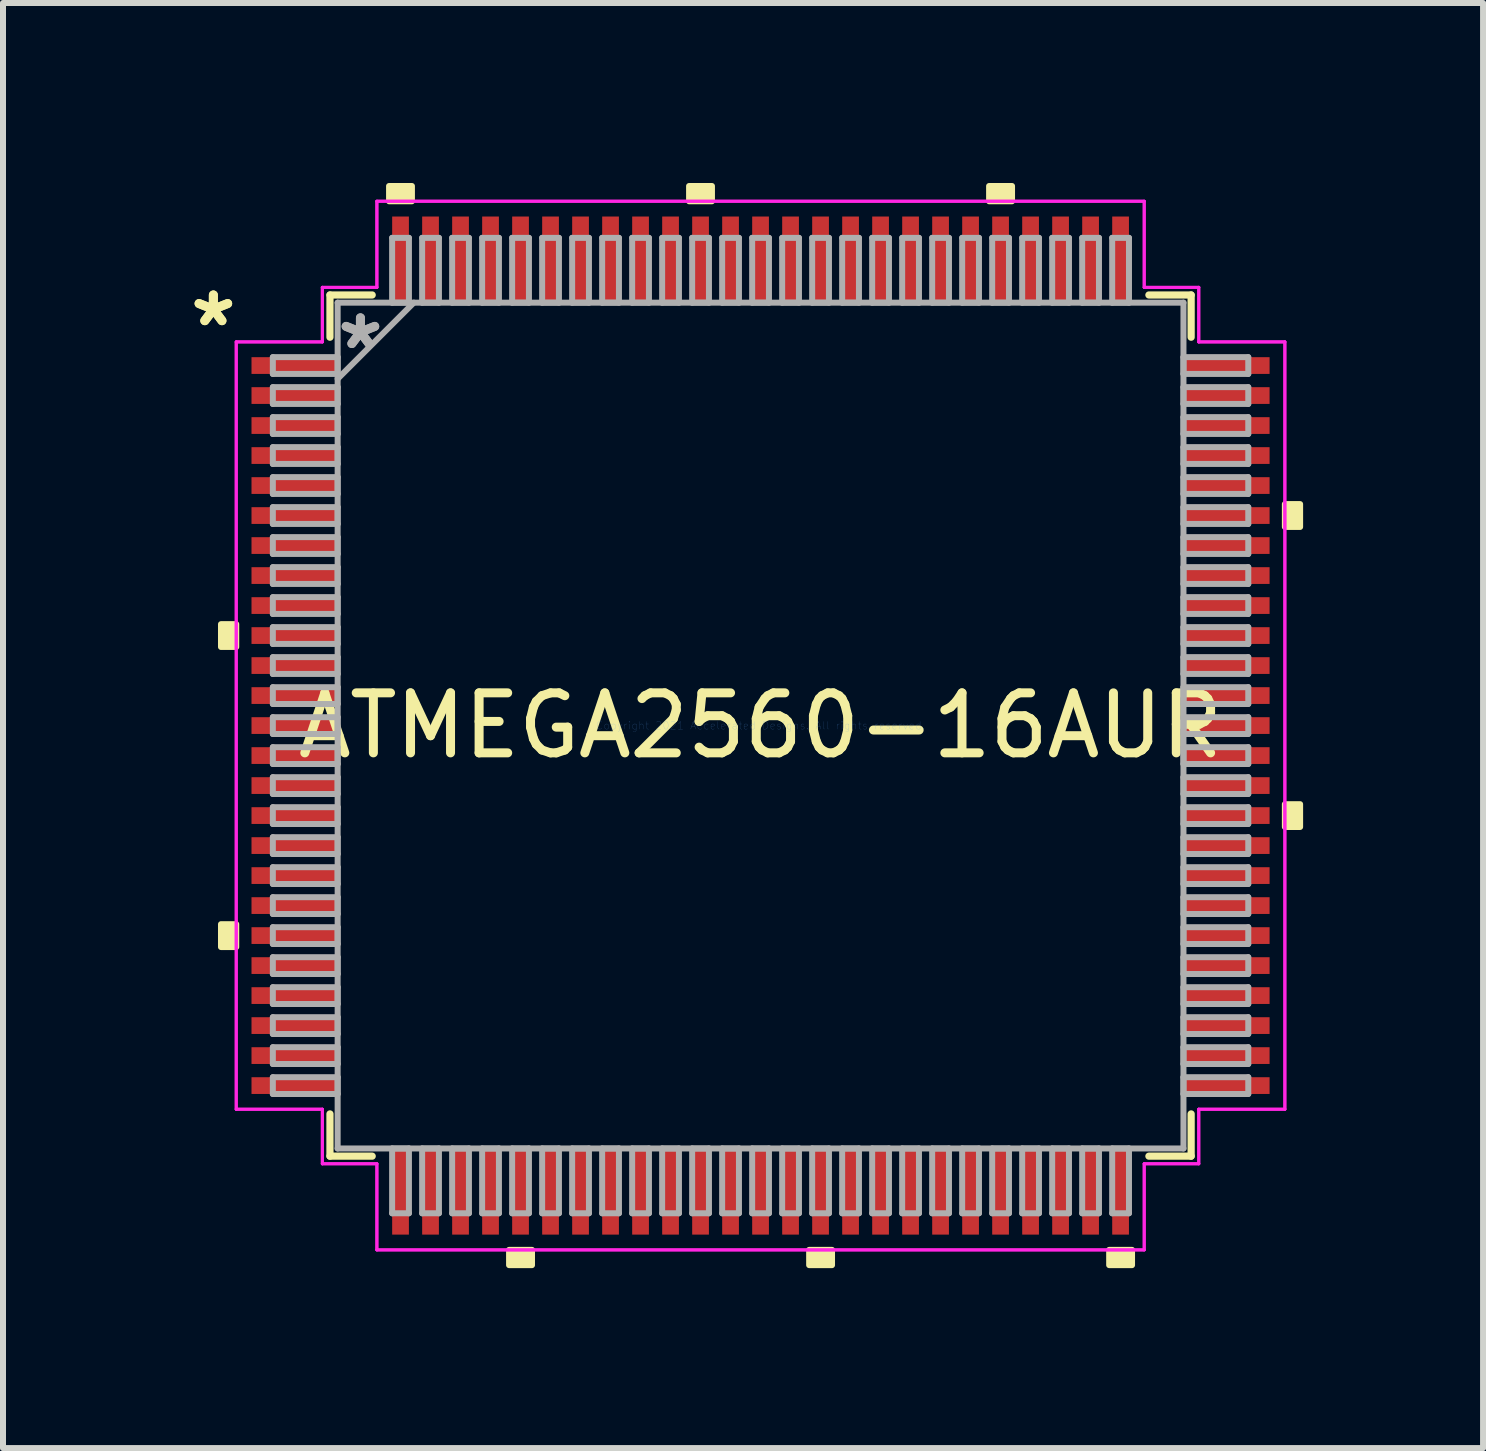
<source format=kicad_pcb>
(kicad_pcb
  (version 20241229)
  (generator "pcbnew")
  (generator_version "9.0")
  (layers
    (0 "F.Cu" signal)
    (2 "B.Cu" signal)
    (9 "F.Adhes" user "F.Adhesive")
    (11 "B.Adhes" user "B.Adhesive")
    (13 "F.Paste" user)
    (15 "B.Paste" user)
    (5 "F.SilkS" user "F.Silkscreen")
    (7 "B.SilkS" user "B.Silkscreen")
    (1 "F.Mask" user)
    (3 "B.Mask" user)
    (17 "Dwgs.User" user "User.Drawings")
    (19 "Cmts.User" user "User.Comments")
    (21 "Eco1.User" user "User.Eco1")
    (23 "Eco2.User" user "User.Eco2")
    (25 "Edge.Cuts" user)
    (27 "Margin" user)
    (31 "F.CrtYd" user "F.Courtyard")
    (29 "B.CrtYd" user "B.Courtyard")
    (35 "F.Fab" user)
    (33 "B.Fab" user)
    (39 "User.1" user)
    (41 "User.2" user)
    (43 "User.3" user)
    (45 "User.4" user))
  (footprint "ATMEGA2560-16AUR"
    (layer "F.Cu")
    (at 9.625 9.042)
    (property "Reference" "ATMEGA2560-16AUR" (at 0 0 0) (layer "F.SilkS") (effects (font (size 1 1) (thickness 0.15))))
    (attr through_hole)
    (fp_line (start -7.176 -7.176) (end -7.176 -6.472) (stroke (width 0.12) (type solid)) (layer "F.SilkS"))
    (fp_line (start -7.176 6.472) (end -7.176 7.176) (stroke (width 0.12) (type solid)) (layer "F.SilkS"))
    (fp_line (start -7.176 7.176) (end -6.472 7.176) (stroke (width 0.12) (type solid)) (layer "F.SilkS"))
    (fp_line (start -6.472 -7.176) (end -7.176 -7.176) (stroke (width 0.12) (type solid)) (layer "F.SilkS"))
    (fp_line (start 6.472 7.176) (end 7.176 7.176) (stroke (width 0.12) (type solid)) (layer "F.SilkS"))
    (fp_line (start 7.176 -7.176) (end 6.472 -7.176) (stroke (width 0.12) (type solid)) (layer "F.SilkS"))
    (fp_line (start 7.176 -6.472) (end 7.176 -7.176) (stroke (width 0.12) (type solid)) (layer "F.SilkS"))
    (fp_line (start 7.176 7.176) (end 7.176 6.472) (stroke (width 0.12) (type solid)) (layer "F.SilkS"))
    (fp_poly (pts (xy -8.992 -1.69) (xy -8.992 -1.31) (xy -8.738 -1.31) (xy -8.738 -1.69)) (stroke (width 0.1) (type solid)) (fill yes) (layer "F.SilkS"))
    (fp_poly (pts (xy -8.992 3.31) (xy -8.992 3.691) (xy -8.738 3.691) (xy -8.738 3.31)) (stroke (width 0.1) (type solid)) (fill yes) (layer "F.SilkS"))
    (fp_poly (pts (xy -6.191 -8.738) (xy -6.191 -8.992) (xy -5.81 -8.992) (xy -5.81 -8.738)) (stroke (width 0.1) (type solid)) (fill yes) (layer "F.SilkS"))
    (fp_poly (pts (xy -4.191 8.738) (xy -4.191 8.992) (xy -3.809 8.992) (xy -3.809 8.738)) (stroke (width 0.1) (type solid)) (fill yes) (layer "F.SilkS"))
    (fp_poly (pts (xy -1.191 -8.738) (xy -1.191 -8.992) (xy -0.81 -8.992) (xy -0.81 -8.738)) (stroke (width 0.1) (type solid)) (fill yes) (layer "F.SilkS"))
    (fp_poly (pts (xy 0.81 8.738) (xy 0.81 8.992) (xy 1.191 8.992) (xy 1.191 8.738)) (stroke (width 0.1) (type solid)) (fill yes) (layer "F.SilkS"))
    (fp_poly (pts (xy 3.809 -8.738) (xy 3.809 -8.992) (xy 4.191 -8.992) (xy 4.191 -8.738)) (stroke (width 0.1) (type solid)) (fill yes) (layer "F.SilkS"))
    (fp_poly (pts (xy 5.81 8.738) (xy 5.81 8.992) (xy 6.191 8.992) (xy 6.191 8.738)) (stroke (width 0.1) (type solid)) (fill yes) (layer "F.SilkS"))
    (fp_poly (pts (xy 8.992 -3.691) (xy 8.992 -3.31) (xy 8.738 -3.31) (xy 8.738 -3.691)) (stroke (width 0.1) (type solid)) (fill yes) (layer "F.SilkS"))
    (fp_poly (pts (xy 8.992 1.31) (xy 8.992 1.69) (xy 8.738 1.69) (xy 8.738 1.31)) (stroke (width 0.1) (type solid)) (fill yes) (layer "F.SilkS"))
    (fp_line (start -8.738 -6.394) (end -7.303 -6.394) (stroke (width 0.05) (type solid)) (layer "F.CrtYd"))
    (fp_line (start -8.738 -6.394) (end -7.303 -6.394) (stroke (width 0.05) (type solid)) (layer "F.CrtYd"))
    (fp_line (start -8.738 6.394) (end -8.738 -6.394) (stroke (width 0.05) (type solid)) (layer "F.CrtYd"))
    (fp_line (start -8.738 6.394) (end -8.738 -6.394) (stroke (width 0.05) (type solid)) (layer "F.CrtYd"))
    (fp_line (start -7.303 -7.303) (end -6.394 -7.303) (stroke (width 0.05) (type solid)) (layer "F.CrtYd"))
    (fp_line (start -7.303 -7.303) (end -6.394 -7.303) (stroke (width 0.05) (type solid)) (layer "F.CrtYd"))
    (fp_line (start -7.303 -6.394) (end -7.303 -7.303) (stroke (width 0.05) (type solid)) (layer "F.CrtYd"))
    (fp_line (start -7.303 -6.394) (end -7.303 -7.303) (stroke (width 0.05) (type solid)) (layer "F.CrtYd"))
    (fp_line (start -7.303 6.394) (end -8.738 6.394) (stroke (width 0.05) (type solid)) (layer "F.CrtYd"))
    (fp_line (start -7.303 6.394) (end -8.738 6.394) (stroke (width 0.05) (type solid)) (layer "F.CrtYd"))
    (fp_line (start -7.303 7.303) (end -7.303 6.394) (stroke (width 0.05) (type solid)) (layer "F.CrtYd"))
    (fp_line (start -7.303 7.303) (end -7.303 6.394) (stroke (width 0.05) (type solid)) (layer "F.CrtYd"))
    (fp_line (start -7.303 7.303) (end -6.394 7.303) (stroke (width 0.05) (type solid)) (layer "F.CrtYd"))
    (fp_line (start -6.394 -8.738) (end 6.394 -8.738) (stroke (width 0.05) (type solid)) (layer "F.CrtYd"))
    (fp_line (start -6.394 -8.738) (end 6.394 -8.738) (stroke (width 0.05) (type solid)) (layer "F.CrtYd"))
    (fp_line (start -6.394 -7.303) (end -6.394 -8.738) (stroke (width 0.05) (type solid)) (layer "F.CrtYd"))
    (fp_line (start -6.394 -7.303) (end -6.394 -8.738) (stroke (width 0.05) (type solid)) (layer "F.CrtYd"))
    (fp_line (start -6.394 7.303) (end -7.303 7.303) (stroke (width 0.05) (type solid)) (layer "F.CrtYd"))
    (fp_line (start -6.394 7.303) (end -6.394 8.738) (stroke (width 0.05) (type solid)) (layer "F.CrtYd"))
    (fp_line (start -6.394 8.738) (end -6.394 7.303) (stroke (width 0.05) (type solid)) (layer "F.CrtYd"))
    (fp_line (start -6.394 8.738) (end 6.394 8.738) (stroke (width 0.05) (type solid)) (layer "F.CrtYd"))
    (fp_line (start 6.394 -8.738) (end 6.394 -7.303) (stroke (width 0.05) (type solid)) (layer "F.CrtYd"))
    (fp_line (start 6.394 -8.738) (end 6.394 -7.303) (stroke (width 0.05) (type solid)) (layer "F.CrtYd"))
    (fp_line (start 6.394 -7.303) (end 7.303 -7.303) (stroke (width 0.05) (type solid)) (layer "F.CrtYd"))
    (fp_line (start 6.394 -7.303) (end 7.303 -7.303) (stroke (width 0.05) (type solid)) (layer "F.CrtYd"))
    (fp_line (start 6.394 7.303) (end 6.394 8.738) (stroke (width 0.05) (type solid)) (layer "F.CrtYd"))
    (fp_line (start 6.394 7.303) (end 7.303 7.303) (stroke (width 0.05) (type solid)) (layer "F.CrtYd"))
    (fp_line (start 6.394 8.738) (end -6.394 8.738) (stroke (width 0.05) (type solid)) (layer "F.CrtYd"))
    (fp_line (start 6.394 8.738) (end 6.394 7.303) (stroke (width 0.05) (type solid)) (layer "F.CrtYd"))
    (fp_line (start 7.303 -7.303) (end 7.303 -6.394) (stroke (width 0.05) (type solid)) (layer "F.CrtYd"))
    (fp_line (start 7.303 -6.394) (end 7.303 -7.303) (stroke (width 0.05) (type solid)) (layer "F.CrtYd"))
    (fp_line (start 7.303 -6.394) (end 8.738 -6.394) (stroke (width 0.05) (type solid)) (layer "F.CrtYd"))
    (fp_line (start 7.303 6.394) (end 7.303 7.303) (stroke (width 0.05) (type solid)) (layer "F.CrtYd"))
    (fp_line (start 7.303 6.394) (end 8.738 6.394) (stroke (width 0.05) (type solid)) (layer "F.CrtYd"))
    (fp_line (start 7.303 7.303) (end 6.394 7.303) (stroke (width 0.05) (type solid)) (layer "F.CrtYd"))
    (fp_line (start 7.303 7.303) (end 7.303 6.394) (stroke (width 0.05) (type solid)) (layer "F.CrtYd"))
    (fp_line (start 8.738 -6.394) (end 7.303 -6.394) (stroke (width 0.05) (type solid)) (layer "F.CrtYd"))
    (fp_line (start 8.738 -6.394) (end 8.738 6.394) (stroke (width 0.05) (type solid)) (layer "F.CrtYd"))
    (fp_line (start 8.738 6.394) (end 7.303 6.394) (stroke (width 0.05) (type solid)) (layer "F.CrtYd"))
    (fp_line (start 8.738 6.394) (end 8.738 -6.394) (stroke (width 0.05) (type solid)) (layer "F.CrtYd"))
    (fp_line (start -8.128 -6.14) (end -8.128 -5.86) (stroke (width 0.1) (type solid)) (layer "F.Fab"))
    (fp_line (start -8.128 -5.86) (end -7.048 -5.86) (stroke (width 0.1) (type solid)) (layer "F.Fab"))
    (fp_line (start -8.128 -5.64) (end -8.128 -5.36) (stroke (width 0.1) (type solid)) (layer "F.Fab"))
    (fp_line (start -8.128 -5.36) (end -7.048 -5.36) (stroke (width 0.1) (type solid)) (layer "F.Fab"))
    (fp_line (start -8.128 -5.14) (end -8.128 -4.86) (stroke (width 0.1) (type solid)) (layer "F.Fab"))
    (fp_line (start -8.128 -4.86) (end -7.048 -4.86) (stroke (width 0.1) (type solid)) (layer "F.Fab"))
    (fp_line (start -8.128 -4.64) (end -8.128 -4.36) (stroke (width 0.1) (type solid)) (layer "F.Fab"))
    (fp_line (start -8.128 -4.36) (end -7.048 -4.36) (stroke (width 0.1) (type solid)) (layer "F.Fab"))
    (fp_line (start -8.128 -4.14) (end -8.128 -3.86) (stroke (width 0.1) (type solid)) (layer "F.Fab"))
    (fp_line (start -8.128 -3.86) (end -7.048 -3.86) (stroke (width 0.1) (type solid)) (layer "F.Fab"))
    (fp_line (start -8.128 -3.64) (end -8.128 -3.36) (stroke (width 0.1) (type solid)) (layer "F.Fab"))
    (fp_line (start -8.128 -3.36) (end -7.048 -3.36) (stroke (width 0.1) (type solid)) (layer "F.Fab"))
    (fp_line (start -8.128 -3.14) (end -8.128 -2.86) (stroke (width 0.1) (type solid)) (layer "F.Fab"))
    (fp_line (start -8.128 -2.86) (end -7.048 -2.86) (stroke (width 0.1) (type solid)) (layer "F.Fab"))
    (fp_line (start -8.128 -2.64) (end -8.128 -2.36) (stroke (width 0.1) (type solid)) (layer "F.Fab"))
    (fp_line (start -8.128 -2.36) (end -7.048 -2.36) (stroke (width 0.1) (type solid)) (layer "F.Fab"))
    (fp_line (start -8.128 -2.14) (end -8.128 -1.86) (stroke (width 0.1) (type solid)) (layer "F.Fab"))
    (fp_line (start -8.128 -1.86) (end -7.048 -1.86) (stroke (width 0.1) (type solid)) (layer "F.Fab"))
    (fp_line (start -8.128 -1.64) (end -8.128 -1.36) (stroke (width 0.1) (type solid)) (layer "F.Fab"))
    (fp_line (start -8.128 -1.36) (end -7.048 -1.36) (stroke (width 0.1) (type solid)) (layer "F.Fab"))
    (fp_line (start -8.128 -1.14) (end -8.128 -0.86) (stroke (width 0.1) (type solid)) (layer "F.Fab"))
    (fp_line (start -8.128 -0.86) (end -7.048 -0.86) (stroke (width 0.1) (type solid)) (layer "F.Fab"))
    (fp_line (start -8.128 -0.64) (end -8.128 -0.36) (stroke (width 0.1) (type solid)) (layer "F.Fab"))
    (fp_line (start -8.128 -0.36) (end -7.048 -0.36) (stroke (width 0.1) (type solid)) (layer "F.Fab"))
    (fp_line (start -8.128 -0.14) (end -8.128 0.14) (stroke (width 0.1) (type solid)) (layer "F.Fab"))
    (fp_line (start -8.128 0.14) (end -7.048 0.14) (stroke (width 0.1) (type solid)) (layer "F.Fab"))
    (fp_line (start -8.128 0.36) (end -8.128 0.64) (stroke (width 0.1) (type solid)) (layer "F.Fab"))
    (fp_line (start -8.128 0.64) (end -7.048 0.64) (stroke (width 0.1) (type solid)) (layer "F.Fab"))
    (fp_line (start -8.128 0.86) (end -8.128 1.14) (stroke (width 0.1) (type solid)) (layer "F.Fab"))
    (fp_line (start -8.128 1.14) (end -7.048 1.14) (stroke (width 0.1) (type solid)) (layer "F.Fab"))
    (fp_line (start -8.128 1.36) (end -8.128 1.64) (stroke (width 0.1) (type solid)) (layer "F.Fab"))
    (fp_line (start -8.128 1.64) (end -7.048 1.64) (stroke (width 0.1) (type solid)) (layer "F.Fab"))
    (fp_line (start -8.128 1.86) (end -8.128 2.14) (stroke (width 0.1) (type solid)) (layer "F.Fab"))
    (fp_line (start -8.128 2.14) (end -7.048 2.14) (stroke (width 0.1) (type solid)) (layer "F.Fab"))
    (fp_line (start -8.128 2.36) (end -8.128 2.64) (stroke (width 0.1) (type solid)) (layer "F.Fab"))
    (fp_line (start -8.128 2.64) (end -7.048 2.64) (stroke (width 0.1) (type solid)) (layer "F.Fab"))
    (fp_line (start -8.128 2.86) (end -8.128 3.14) (stroke (width 0.1) (type solid)) (layer "F.Fab"))
    (fp_line (start -8.128 3.14) (end -7.048 3.14) (stroke (width 0.1) (type solid)) (layer "F.Fab"))
    (fp_line (start -8.128 3.36) (end -8.128 3.64) (stroke (width 0.1) (type solid)) (layer "F.Fab"))
    (fp_line (start -8.128 3.64) (end -7.048 3.64) (stroke (width 0.1) (type solid)) (layer "F.Fab"))
    (fp_line (start -8.128 3.86) (end -8.128 4.14) (stroke (width 0.1) (type solid)) (layer "F.Fab"))
    (fp_line (start -8.128 4.14) (end -7.048 4.14) (stroke (width 0.1) (type solid)) (layer "F.Fab"))
    (fp_line (start -8.128 4.36) (end -8.128 4.64) (stroke (width 0.1) (type solid)) (layer "F.Fab"))
    (fp_line (start -8.128 4.64) (end -7.048 4.64) (stroke (width 0.1) (type solid)) (layer "F.Fab"))
    (fp_line (start -8.128 4.86) (end -8.128 5.14) (stroke (width 0.1) (type solid)) (layer "F.Fab"))
    (fp_line (start -8.128 5.14) (end -7.048 5.14) (stroke (width 0.1) (type solid)) (layer "F.Fab"))
    (fp_line (start -8.128 5.36) (end -8.128 5.64) (stroke (width 0.1) (type solid)) (layer "F.Fab"))
    (fp_line (start -8.128 5.64) (end -7.048 5.64) (stroke (width 0.1) (type solid)) (layer "F.Fab"))
    (fp_line (start -8.128 5.86) (end -8.128 6.14) (stroke (width 0.1) (type solid)) (layer "F.Fab"))
    (fp_line (start -8.128 6.14) (end -7.048 6.14) (stroke (width 0.1) (type solid)) (layer "F.Fab"))
    (fp_line (start -7.048 -7.048) (end -7.048 7.048) (stroke (width 0.1) (type solid)) (layer "F.Fab"))
    (fp_line (start -7.048 -6.14) (end -8.128 -6.14) (stroke (width 0.1) (type solid)) (layer "F.Fab"))
    (fp_line (start -7.048 -5.86) (end -7.048 -6.14) (stroke (width 0.1) (type solid)) (layer "F.Fab"))
    (fp_line (start -7.048 -5.779) (end -5.779 -7.048) (stroke (width 0.1) (type solid)) (layer "F.Fab"))
    (fp_line (start -7.048 -5.64) (end -8.128 -5.64) (stroke (width 0.1) (type solid)) (layer "F.Fab"))
    (fp_line (start -7.048 -5.36) (end -7.048 -5.64) (stroke (width 0.1) (type solid)) (layer "F.Fab"))
    (fp_line (start -7.048 -5.14) (end -8.128 -5.14) (stroke (width 0.1) (type solid)) (layer "F.Fab"))
    (fp_line (start -7.048 -4.86) (end -7.048 -5.14) (stroke (width 0.1) (type solid)) (layer "F.Fab"))
    (fp_line (start -7.048 -4.64) (end -8.128 -4.64) (stroke (width 0.1) (type solid)) (layer "F.Fab"))
    (fp_line (start -7.048 -4.36) (end -7.048 -4.64) (stroke (width 0.1) (type solid)) (layer "F.Fab"))
    (fp_line (start -7.048 -4.14) (end -8.128 -4.14) (stroke (width 0.1) (type solid)) (layer "F.Fab"))
    (fp_line (start -7.048 -3.86) (end -7.048 -4.14) (stroke (width 0.1) (type solid)) (layer "F.Fab"))
    (fp_line (start -7.048 -3.64) (end -8.128 -3.64) (stroke (width 0.1) (type solid)) (layer "F.Fab"))
    (fp_line (start -7.048 -3.36) (end -7.048 -3.64) (stroke (width 0.1) (type solid)) (layer "F.Fab"))
    (fp_line (start -7.048 -3.14) (end -8.128 -3.14) (stroke (width 0.1) (type solid)) (layer "F.Fab"))
    (fp_line (start -7.048 -2.86) (end -7.048 -3.14) (stroke (width 0.1) (type solid)) (layer "F.Fab"))
    (fp_line (start -7.048 -2.64) (end -8.128 -2.64) (stroke (width 0.1) (type solid)) (layer "F.Fab"))
    (fp_line (start -7.048 -2.36) (end -7.048 -2.64) (stroke (width 0.1) (type solid)) (layer "F.Fab"))
    (fp_line (start -7.048 -2.14) (end -8.128 -2.14) (stroke (width 0.1) (type solid)) (layer "F.Fab"))
    (fp_line (start -7.048 -1.86) (end -7.048 -2.14) (stroke (width 0.1) (type solid)) (layer "F.Fab"))
    (fp_line (start -7.048 -1.64) (end -8.128 -1.64) (stroke (width 0.1) (type solid)) (layer "F.Fab"))
    (fp_line (start -7.048 -1.36) (end -7.048 -1.64) (stroke (width 0.1) (type solid)) (layer "F.Fab"))
    (fp_line (start -7.048 -1.14) (end -8.128 -1.14) (stroke (width 0.1) (type solid)) (layer "F.Fab"))
    (fp_line (start -7.048 -0.86) (end -7.048 -1.14) (stroke (width 0.1) (type solid)) (layer "F.Fab"))
    (fp_line (start -7.048 -0.64) (end -8.128 -0.64) (stroke (width 0.1) (type solid)) (layer "F.Fab"))
    (fp_line (start -7.048 -0.36) (end -7.048 -0.64) (stroke (width 0.1) (type solid)) (layer "F.Fab"))
    (fp_line (start -7.048 -0.14) (end -8.128 -0.14) (stroke (width 0.1) (type solid)) (layer "F.Fab"))
    (fp_line (start -7.048 0.14) (end -7.048 -0.14) (stroke (width 0.1) (type solid)) (layer "F.Fab"))
    (fp_line (start -7.048 0.36) (end -8.128 0.36) (stroke (width 0.1) (type solid)) (layer "F.Fab"))
    (fp_line (start -7.048 0.64) (end -7.048 0.36) (stroke (width 0.1) (type solid)) (layer "F.Fab"))
    (fp_line (start -7.048 0.86) (end -8.128 0.86) (stroke (width 0.1) (type solid)) (layer "F.Fab"))
    (fp_line (start -7.048 1.14) (end -7.048 0.86) (stroke (width 0.1) (type solid)) (layer "F.Fab"))
    (fp_line (start -7.048 1.36) (end -8.128 1.36) (stroke (width 0.1) (type solid)) (layer "F.Fab"))
    (fp_line (start -7.048 1.64) (end -7.048 1.36) (stroke (width 0.1) (type solid)) (layer "F.Fab"))
    (fp_line (start -7.048 1.86) (end -8.128 1.86) (stroke (width 0.1) (type solid)) (layer "F.Fab"))
    (fp_line (start -7.048 2.14) (end -7.048 1.86) (stroke (width 0.1) (type solid)) (layer "F.Fab"))
    (fp_line (start -7.048 2.36) (end -8.128 2.36) (stroke (width 0.1) (type solid)) (layer "F.Fab"))
    (fp_line (start -7.048 2.64) (end -7.048 2.36) (stroke (width 0.1) (type solid)) (layer "F.Fab"))
    (fp_line (start -7.048 2.86) (end -8.128 2.86) (stroke (width 0.1) (type solid)) (layer "F.Fab"))
    (fp_line (start -7.048 3.14) (end -7.048 2.86) (stroke (width 0.1) (type solid)) (layer "F.Fab"))
    (fp_line (start -7.048 3.36) (end -8.128 3.36) (stroke (width 0.1) (type solid)) (layer "F.Fab"))
    (fp_line (start -7.048 3.64) (end -7.048 3.36) (stroke (width 0.1) (type solid)) (layer "F.Fab"))
    (fp_line (start -7.048 3.86) (end -8.128 3.86) (stroke (width 0.1) (type solid)) (layer "F.Fab"))
    (fp_line (start -7.048 4.14) (end -7.048 3.86) (stroke (width 0.1) (type solid)) (layer "F.Fab"))
    (fp_line (start -7.048 4.36) (end -8.128 4.36) (stroke (width 0.1) (type solid)) (layer "F.Fab"))
    (fp_line (start -7.048 4.64) (end -7.048 4.36) (stroke (width 0.1) (type solid)) (layer "F.Fab"))
    (fp_line (start -7.048 4.86) (end -8.128 4.86) (stroke (width 0.1) (type solid)) (layer "F.Fab"))
    (fp_line (start -7.048 5.14) (end -7.048 4.86) (stroke (width 0.1) (type solid)) (layer "F.Fab"))
    (fp_line (start -7.048 5.36) (end -8.128 5.36) (stroke (width 0.1) (type solid)) (layer "F.Fab"))
    (fp_line (start -7.048 5.64) (end -7.048 5.36) (stroke (width 0.1) (type solid)) (layer "F.Fab"))
    (fp_line (start -7.048 5.86) (end -8.128 5.86) (stroke (width 0.1) (type solid)) (layer "F.Fab"))
    (fp_line (start -7.048 6.14) (end -7.048 5.86) (stroke (width 0.1) (type solid)) (layer "F.Fab"))
    (fp_line (start -7.048 7.048) (end 7.048 7.048) (stroke (width 0.1) (type solid)) (layer "F.Fab"))
    (fp_line (start -6.14 -8.128) (end -6.14 -7.048) (stroke (width 0.1) (type solid)) (layer "F.Fab"))
    (fp_line (start -6.14 -7.048) (end -5.86 -7.048) (stroke (width 0.1) (type solid)) (layer "F.Fab"))
    (fp_line (start -6.14 7.048) (end -6.14 8.128) (stroke (width 0.1) (type solid)) (layer "F.Fab"))
    (fp_line (start -6.14 8.128) (end -5.86 8.128) (stroke (width 0.1) (type solid)) (layer "F.Fab"))
    (fp_line (start -5.86 -8.128) (end -6.14 -8.128) (stroke (width 0.1) (type solid)) (layer "F.Fab"))
    (fp_line (start -5.86 -7.048) (end -5.86 -8.128) (stroke (width 0.1) (type solid)) (layer "F.Fab"))
    (fp_line (start -5.86 7.048) (end -6.14 7.048) (stroke (width 0.1) (type solid)) (layer "F.Fab"))
    (fp_line (start -5.86 8.128) (end -5.86 7.048) (stroke (width 0.1) (type solid)) (layer "F.Fab"))
    (fp_line (start -5.64 -8.128) (end -5.64 -7.048) (stroke (width 0.1) (type solid)) (layer "F.Fab"))
    (fp_line (start -5.64 -7.048) (end -5.36 -7.048) (stroke (width 0.1) (type solid)) (layer "F.Fab"))
    (fp_line (start -5.64 7.048) (end -5.64 8.128) (stroke (width 0.1) (type solid)) (layer "F.Fab"))
    (fp_line (start -5.64 8.128) (end -5.36 8.128) (stroke (width 0.1) (type solid)) (layer "F.Fab"))
    (fp_line (start -5.36 -8.128) (end -5.64 -8.128) (stroke (width 0.1) (type solid)) (layer "F.Fab"))
    (fp_line (start -5.36 -7.048) (end -5.36 -8.128) (stroke (width 0.1) (type solid)) (layer "F.Fab"))
    (fp_line (start -5.36 7.048) (end -5.64 7.048) (stroke (width 0.1) (type solid)) (layer "F.Fab"))
    (fp_line (start -5.36 8.128) (end -5.36 7.048) (stroke (width 0.1) (type solid)) (layer "F.Fab"))
    (fp_line (start -5.14 -8.128) (end -5.14 -7.048) (stroke (width 0.1) (type solid)) (layer "F.Fab"))
    (fp_line (start -5.14 -7.048) (end -4.86 -7.048) (stroke (width 0.1) (type solid)) (layer "F.Fab"))
    (fp_line (start -5.14 7.048) (end -5.14 8.128) (stroke (width 0.1) (type solid)) (layer "F.Fab"))
    (fp_line (start -5.14 8.128) (end -4.86 8.128) (stroke (width 0.1) (type solid)) (layer "F.Fab"))
    (fp_line (start -4.86 -8.128) (end -5.14 -8.128) (stroke (width 0.1) (type solid)) (layer "F.Fab"))
    (fp_line (start -4.86 -7.048) (end -4.86 -8.128) (stroke (width 0.1) (type solid)) (layer "F.Fab"))
    (fp_line (start -4.86 7.048) (end -5.14 7.048) (stroke (width 0.1) (type solid)) (layer "F.Fab"))
    (fp_line (start -4.86 8.128) (end -4.86 7.048) (stroke (width 0.1) (type solid)) (layer "F.Fab"))
    (fp_line (start -4.64 -8.128) (end -4.64 -7.048) (stroke (width 0.1) (type solid)) (layer "F.Fab"))
    (fp_line (start -4.64 -7.048) (end -4.36 -7.048) (stroke (width 0.1) (type solid)) (layer "F.Fab"))
    (fp_line (start -4.64 7.048) (end -4.64 8.128) (stroke (width 0.1) (type solid)) (layer "F.Fab"))
    (fp_line (start -4.64 8.128) (end -4.36 8.128) (stroke (width 0.1) (type solid)) (layer "F.Fab"))
    (fp_line (start -4.36 -8.128) (end -4.64 -8.128) (stroke (width 0.1) (type solid)) (layer "F.Fab"))
    (fp_line (start -4.36 -7.048) (end -4.36 -8.128) (stroke (width 0.1) (type solid)) (layer "F.Fab"))
    (fp_line (start -4.36 7.048) (end -4.64 7.048) (stroke (width 0.1) (type solid)) (layer "F.Fab"))
    (fp_line (start -4.36 8.128) (end -4.36 7.048) (stroke (width 0.1) (type solid)) (layer "F.Fab"))
    (fp_line (start -4.14 -8.128) (end -4.14 -7.048) (stroke (width 0.1) (type solid)) (layer "F.Fab"))
    (fp_line (start -4.14 -7.048) (end -3.86 -7.048) (stroke (width 0.1) (type solid)) (layer "F.Fab"))
    (fp_line (start -4.14 7.048) (end -4.14 8.128) (stroke (width 0.1) (type solid)) (layer "F.Fab"))
    (fp_line (start -4.14 8.128) (end -3.86 8.128) (stroke (width 0.1) (type solid)) (layer "F.Fab"))
    (fp_line (start -3.86 -8.128) (end -4.14 -8.128) (stroke (width 0.1) (type solid)) (layer "F.Fab"))
    (fp_line (start -3.86 -7.048) (end -3.86 -8.128) (stroke (width 0.1) (type solid)) (layer "F.Fab"))
    (fp_line (start -3.86 7.048) (end -4.14 7.048) (stroke (width 0.1) (type solid)) (layer "F.Fab"))
    (fp_line (start -3.86 8.128) (end -3.86 7.048) (stroke (width 0.1) (type solid)) (layer "F.Fab"))
    (fp_line (start -3.64 -8.128) (end -3.64 -7.048) (stroke (width 0.1) (type solid)) (layer "F.Fab"))
    (fp_line (start -3.64 -7.048) (end -3.36 -7.048) (stroke (width 0.1) (type solid)) (layer "F.Fab"))
    (fp_line (start -3.64 7.048) (end -3.64 8.128) (stroke (width 0.1) (type solid)) (layer "F.Fab"))
    (fp_line (start -3.64 8.128) (end -3.36 8.128) (stroke (width 0.1) (type solid)) (layer "F.Fab"))
    (fp_line (start -3.36 -8.128) (end -3.64 -8.128) (stroke (width 0.1) (type solid)) (layer "F.Fab"))
    (fp_line (start -3.36 -7.048) (end -3.36 -8.128) (stroke (width 0.1) (type solid)) (layer "F.Fab"))
    (fp_line (start -3.36 7.048) (end -3.64 7.048) (stroke (width 0.1) (type solid)) (layer "F.Fab"))
    (fp_line (start -3.36 8.128) (end -3.36 7.048) (stroke (width 0.1) (type solid)) (layer "F.Fab"))
    (fp_line (start -3.14 -8.128) (end -3.14 -7.048) (stroke (width 0.1) (type solid)) (layer "F.Fab"))
    (fp_line (start -3.14 -7.048) (end -2.86 -7.048) (stroke (width 0.1) (type solid)) (layer "F.Fab"))
    (fp_line (start -3.14 7.048) (end -3.14 8.128) (stroke (width 0.1) (type solid)) (layer "F.Fab"))
    (fp_line (start -3.14 8.128) (end -2.86 8.128) (stroke (width 0.1) (type solid)) (layer "F.Fab"))
    (fp_line (start -2.86 -8.128) (end -3.14 -8.128) (stroke (width 0.1) (type solid)) (layer "F.Fab"))
    (fp_line (start -2.86 -7.048) (end -2.86 -8.128) (stroke (width 0.1) (type solid)) (layer "F.Fab"))
    (fp_line (start -2.86 7.048) (end -3.14 7.048) (stroke (width 0.1) (type solid)) (layer "F.Fab"))
    (fp_line (start -2.86 8.128) (end -2.86 7.048) (stroke (width 0.1) (type solid)) (layer "F.Fab"))
    (fp_line (start -2.64 -8.128) (end -2.64 -7.048) (stroke (width 0.1) (type solid)) (layer "F.Fab"))
    (fp_line (start -2.64 -7.048) (end -2.36 -7.048) (stroke (width 0.1) (type solid)) (layer "F.Fab"))
    (fp_line (start -2.64 7.048) (end -2.64 8.128) (stroke (width 0.1) (type solid)) (layer "F.Fab"))
    (fp_line (start -2.64 8.128) (end -2.36 8.128) (stroke (width 0.1) (type solid)) (layer "F.Fab"))
    (fp_line (start -2.36 -8.128) (end -2.64 -8.128) (stroke (width 0.1) (type solid)) (layer "F.Fab"))
    (fp_line (start -2.36 -7.048) (end -2.36 -8.128) (stroke (width 0.1) (type solid)) (layer "F.Fab"))
    (fp_line (start -2.36 7.048) (end -2.64 7.048) (stroke (width 0.1) (type solid)) (layer "F.Fab"))
    (fp_line (start -2.36 8.128) (end -2.36 7.048) (stroke (width 0.1) (type solid)) (layer "F.Fab"))
    (fp_line (start -2.14 -8.128) (end -2.14 -7.048) (stroke (width 0.1) (type solid)) (layer "F.Fab"))
    (fp_line (start -2.14 -7.048) (end -1.86 -7.048) (stroke (width 0.1) (type solid)) (layer "F.Fab"))
    (fp_line (start -2.14 7.048) (end -2.14 8.128) (stroke (width 0.1) (type solid)) (layer "F.Fab"))
    (fp_line (start -2.14 8.128) (end -1.86 8.128) (stroke (width 0.1) (type solid)) (layer "F.Fab"))
    (fp_line (start -1.86 -8.128) (end -2.14 -8.128) (stroke (width 0.1) (type solid)) (layer "F.Fab"))
    (fp_line (start -1.86 -7.048) (end -1.86 -8.128) (stroke (width 0.1) (type solid)) (layer "F.Fab"))
    (fp_line (start -1.86 7.048) (end -2.14 7.048) (stroke (width 0.1) (type solid)) (layer "F.Fab"))
    (fp_line (start -1.86 8.128) (end -1.86 7.048) (stroke (width 0.1) (type solid)) (layer "F.Fab"))
    (fp_line (start -1.64 -8.128) (end -1.64 -7.048) (stroke (width 0.1) (type solid)) (layer "F.Fab"))
    (fp_line (start -1.64 -7.048) (end -1.36 -7.048) (stroke (width 0.1) (type solid)) (layer "F.Fab"))
    (fp_line (start -1.64 7.048) (end -1.64 8.128) (stroke (width 0.1) (type solid)) (layer "F.Fab"))
    (fp_line (start -1.64 8.128) (end -1.36 8.128) (stroke (width 0.1) (type solid)) (layer "F.Fab"))
    (fp_line (start -1.36 -8.128) (end -1.64 -8.128) (stroke (width 0.1) (type solid)) (layer "F.Fab"))
    (fp_line (start -1.36 -7.048) (end -1.36 -8.128) (stroke (width 0.1) (type solid)) (layer "F.Fab"))
    (fp_line (start -1.36 7.048) (end -1.64 7.048) (stroke (width 0.1) (type solid)) (layer "F.Fab"))
    (fp_line (start -1.36 8.128) (end -1.36 7.048) (stroke (width 0.1) (type solid)) (layer "F.Fab"))
    (fp_line (start -1.14 -8.128) (end -1.14 -7.048) (stroke (width 0.1) (type solid)) (layer "F.Fab"))
    (fp_line (start -1.14 -7.048) (end -0.86 -7.048) (stroke (width 0.1) (type solid)) (layer "F.Fab"))
    (fp_line (start -1.14 7.048) (end -1.14 8.128) (stroke (width 0.1) (type solid)) (layer "F.Fab"))
    (fp_line (start -1.14 8.128) (end -0.86 8.128) (stroke (width 0.1) (type solid)) (layer "F.Fab"))
    (fp_line (start -0.86 -8.128) (end -1.14 -8.128) (stroke (width 0.1) (type solid)) (layer "F.Fab"))
    (fp_line (start -0.86 -7.048) (end -0.86 -8.128) (stroke (width 0.1) (type solid)) (layer "F.Fab"))
    (fp_line (start -0.86 7.048) (end -1.14 7.048) (stroke (width 0.1) (type solid)) (layer "F.Fab"))
    (fp_line (start -0.86 8.128) (end -0.86 7.048) (stroke (width 0.1) (type solid)) (layer "F.Fab"))
    (fp_line (start -0.64 -8.128) (end -0.64 -7.048) (stroke (width 0.1) (type solid)) (layer "F.Fab"))
    (fp_line (start -0.64 -7.048) (end -0.36 -7.048) (stroke (width 0.1) (type solid)) (layer "F.Fab"))
    (fp_line (start -0.64 7.048) (end -0.64 8.128) (stroke (width 0.1) (type solid)) (layer "F.Fab"))
    (fp_line (start -0.64 8.128) (end -0.36 8.128) (stroke (width 0.1) (type solid)) (layer "F.Fab"))
    (fp_line (start -0.36 -8.128) (end -0.64 -8.128) (stroke (width 0.1) (type solid)) (layer "F.Fab"))
    (fp_line (start -0.36 -7.048) (end -0.36 -8.128) (stroke (width 0.1) (type solid)) (layer "F.Fab"))
    (fp_line (start -0.36 7.048) (end -0.64 7.048) (stroke (width 0.1) (type solid)) (layer "F.Fab"))
    (fp_line (start -0.36 8.128) (end -0.36 7.048) (stroke (width 0.1) (type solid)) (layer "F.Fab"))
    (fp_line (start -0.14 -8.128) (end -0.14 -7.048) (stroke (width 0.1) (type solid)) (layer "F.Fab"))
    (fp_line (start -0.14 -7.048) (end 0.14 -7.048) (stroke (width 0.1) (type solid)) (layer "F.Fab"))
    (fp_line (start -0.14 7.048) (end -0.14 8.128) (stroke (width 0.1) (type solid)) (layer "F.Fab"))
    (fp_line (start -0.14 8.128) (end 0.14 8.128) (stroke (width 0.1) (type solid)) (layer "F.Fab"))
    (fp_line (start 0.14 -8.128) (end -0.14 -8.128) (stroke (width 0.1) (type solid)) (layer "F.Fab"))
    (fp_line (start 0.14 -7.048) (end 0.14 -8.128) (stroke (width 0.1) (type solid)) (layer "F.Fab"))
    (fp_line (start 0.14 7.048) (end -0.14 7.048) (stroke (width 0.1) (type solid)) (layer "F.Fab"))
    (fp_line (start 0.14 8.128) (end 0.14 7.048) (stroke (width 0.1) (type solid)) (layer "F.Fab"))
    (fp_line (start 0.36 -8.128) (end 0.36 -7.048) (stroke (width 0.1) (type solid)) (layer "F.Fab"))
    (fp_line (start 0.36 -7.048) (end 0.64 -7.048) (stroke (width 0.1) (type solid)) (layer "F.Fab"))
    (fp_line (start 0.36 7.048) (end 0.36 8.128) (stroke (width 0.1) (type solid)) (layer "F.Fab"))
    (fp_line (start 0.36 8.128) (end 0.64 8.128) (stroke (width 0.1) (type solid)) (layer "F.Fab"))
    (fp_line (start 0.64 -8.128) (end 0.36 -8.128) (stroke (width 0.1) (type solid)) (layer "F.Fab"))
    (fp_line (start 0.64 -7.048) (end 0.64 -8.128) (stroke (width 0.1) (type solid)) (layer "F.Fab"))
    (fp_line (start 0.64 7.048) (end 0.36 7.048) (stroke (width 0.1) (type solid)) (layer "F.Fab"))
    (fp_line (start 0.64 8.128) (end 0.64 7.048) (stroke (width 0.1) (type solid)) (layer "F.Fab"))
    (fp_line (start 0.86 -8.128) (end 0.86 -7.048) (stroke (width 0.1) (type solid)) (layer "F.Fab"))
    (fp_line (start 0.86 -7.048) (end 1.14 -7.048) (stroke (width 0.1) (type solid)) (layer "F.Fab"))
    (fp_line (start 0.86 7.048) (end 0.86 8.128) (stroke (width 0.1) (type solid)) (layer "F.Fab"))
    (fp_line (start 0.86 8.128) (end 1.14 8.128) (stroke (width 0.1) (type solid)) (layer "F.Fab"))
    (fp_line (start 1.14 -8.128) (end 0.86 -8.128) (stroke (width 0.1) (type solid)) (layer "F.Fab"))
    (fp_line (start 1.14 -7.048) (end 1.14 -8.128) (stroke (width 0.1) (type solid)) (layer "F.Fab"))
    (fp_line (start 1.14 7.048) (end 0.86 7.048) (stroke (width 0.1) (type solid)) (layer "F.Fab"))
    (fp_line (start 1.14 8.128) (end 1.14 7.048) (stroke (width 0.1) (type solid)) (layer "F.Fab"))
    (fp_line (start 1.36 -8.128) (end 1.36 -7.048) (stroke (width 0.1) (type solid)) (layer "F.Fab"))
    (fp_line (start 1.36 -7.048) (end 1.64 -7.048) (stroke (width 0.1) (type solid)) (layer "F.Fab"))
    (fp_line (start 1.36 7.048) (end 1.36 8.128) (stroke (width 0.1) (type solid)) (layer "F.Fab"))
    (fp_line (start 1.36 8.128) (end 1.64 8.128) (stroke (width 0.1) (type solid)) (layer "F.Fab"))
    (fp_line (start 1.64 -8.128) (end 1.36 -8.128) (stroke (width 0.1) (type solid)) (layer "F.Fab"))
    (fp_line (start 1.64 -7.048) (end 1.64 -8.128) (stroke (width 0.1) (type solid)) (layer "F.Fab"))
    (fp_line (start 1.64 7.048) (end 1.36 7.048) (stroke (width 0.1) (type solid)) (layer "F.Fab"))
    (fp_line (start 1.64 8.128) (end 1.64 7.048) (stroke (width 0.1) (type solid)) (layer "F.Fab"))
    (fp_line (start 1.86 -8.128) (end 1.86 -7.048) (stroke (width 0.1) (type solid)) (layer "F.Fab"))
    (fp_line (start 1.86 -7.048) (end 2.14 -7.048) (stroke (width 0.1) (type solid)) (layer "F.Fab"))
    (fp_line (start 1.86 7.048) (end 1.86 8.128) (stroke (width 0.1) (type solid)) (layer "F.Fab"))
    (fp_line (start 1.86 8.128) (end 2.14 8.128) (stroke (width 0.1) (type solid)) (layer "F.Fab"))
    (fp_line (start 2.14 -8.128) (end 1.86 -8.128) (stroke (width 0.1) (type solid)) (layer "F.Fab"))
    (fp_line (start 2.14 -7.048) (end 2.14 -8.128) (stroke (width 0.1) (type solid)) (layer "F.Fab"))
    (fp_line (start 2.14 7.048) (end 1.86 7.048) (stroke (width 0.1) (type solid)) (layer "F.Fab"))
    (fp_line (start 2.14 8.128) (end 2.14 7.048) (stroke (width 0.1) (type solid)) (layer "F.Fab"))
    (fp_line (start 2.36 -8.128) (end 2.36 -7.048) (stroke (width 0.1) (type solid)) (layer "F.Fab"))
    (fp_line (start 2.36 -7.048) (end 2.64 -7.048) (stroke (width 0.1) (type solid)) (layer "F.Fab"))
    (fp_line (start 2.36 7.048) (end 2.36 8.128) (stroke (width 0.1) (type solid)) (layer "F.Fab"))
    (fp_line (start 2.36 8.128) (end 2.64 8.128) (stroke (width 0.1) (type solid)) (layer "F.Fab"))
    (fp_line (start 2.64 -8.128) (end 2.36 -8.128) (stroke (width 0.1) (type solid)) (layer "F.Fab"))
    (fp_line (start 2.64 -7.048) (end 2.64 -8.128) (stroke (width 0.1) (type solid)) (layer "F.Fab"))
    (fp_line (start 2.64 7.048) (end 2.36 7.048) (stroke (width 0.1) (type solid)) (layer "F.Fab"))
    (fp_line (start 2.64 8.128) (end 2.64 7.048) (stroke (width 0.1) (type solid)) (layer "F.Fab"))
    (fp_line (start 2.86 -8.128) (end 2.86 -7.048) (stroke (width 0.1) (type solid)) (layer "F.Fab"))
    (fp_line (start 2.86 -7.048) (end 3.14 -7.048) (stroke (width 0.1) (type solid)) (layer "F.Fab"))
    (fp_line (start 2.86 7.048) (end 2.86 8.128) (stroke (width 0.1) (type solid)) (layer "F.Fab"))
    (fp_line (start 2.86 8.128) (end 3.14 8.128) (stroke (width 0.1) (type solid)) (layer "F.Fab"))
    (fp_line (start 3.14 -8.128) (end 2.86 -8.128) (stroke (width 0.1) (type solid)) (layer "F.Fab"))
    (fp_line (start 3.14 -7.048) (end 3.14 -8.128) (stroke (width 0.1) (type solid)) (layer "F.Fab"))
    (fp_line (start 3.14 7.048) (end 2.86 7.048) (stroke (width 0.1) (type solid)) (layer "F.Fab"))
    (fp_line (start 3.14 8.128) (end 3.14 7.048) (stroke (width 0.1) (type solid)) (layer "F.Fab"))
    (fp_line (start 3.36 -8.128) (end 3.36 -7.048) (stroke (width 0.1) (type solid)) (layer "F.Fab"))
    (fp_line (start 3.36 -7.048) (end 3.64 -7.048) (stroke (width 0.1) (type solid)) (layer "F.Fab"))
    (fp_line (start 3.36 7.048) (end 3.36 8.128) (stroke (width 0.1) (type solid)) (layer "F.Fab"))
    (fp_line (start 3.36 8.128) (end 3.64 8.128) (stroke (width 0.1) (type solid)) (layer "F.Fab"))
    (fp_line (start 3.64 -8.128) (end 3.36 -8.128) (stroke (width 0.1) (type solid)) (layer "F.Fab"))
    (fp_line (start 3.64 -7.048) (end 3.64 -8.128) (stroke (width 0.1) (type solid)) (layer "F.Fab"))
    (fp_line (start 3.64 7.048) (end 3.36 7.048) (stroke (width 0.1) (type solid)) (layer "F.Fab"))
    (fp_line (start 3.64 8.128) (end 3.64 7.048) (stroke (width 0.1) (type solid)) (layer "F.Fab"))
    (fp_line (start 3.86 -8.128) (end 3.86 -7.048) (stroke (width 0.1) (type solid)) (layer "F.Fab"))
    (fp_line (start 3.86 -7.048) (end 4.14 -7.048) (stroke (width 0.1) (type solid)) (layer "F.Fab"))
    (fp_line (start 3.86 7.048) (end 3.86 8.128) (stroke (width 0.1) (type solid)) (layer "F.Fab"))
    (fp_line (start 3.86 8.128) (end 4.14 8.128) (stroke (width 0.1) (type solid)) (layer "F.Fab"))
    (fp_line (start 4.14 -8.128) (end 3.86 -8.128) (stroke (width 0.1) (type solid)) (layer "F.Fab"))
    (fp_line (start 4.14 -7.048) (end 4.14 -8.128) (stroke (width 0.1) (type solid)) (layer "F.Fab"))
    (fp_line (start 4.14 7.048) (end 3.86 7.048) (stroke (width 0.1) (type solid)) (layer "F.Fab"))
    (fp_line (start 4.14 8.128) (end 4.14 7.048) (stroke (width 0.1) (type solid)) (layer "F.Fab"))
    (fp_line (start 4.36 -8.128) (end 4.36 -7.048) (stroke (width 0.1) (type solid)) (layer "F.Fab"))
    (fp_line (start 4.36 -7.048) (end 4.64 -7.048) (stroke (width 0.1) (type solid)) (layer "F.Fab"))
    (fp_line (start 4.36 7.048) (end 4.36 8.128) (stroke (width 0.1) (type solid)) (layer "F.Fab"))
    (fp_line (start 4.36 8.128) (end 4.64 8.128) (stroke (width 0.1) (type solid)) (layer "F.Fab"))
    (fp_line (start 4.64 -8.128) (end 4.36 -8.128) (stroke (width 0.1) (type solid)) (layer "F.Fab"))
    (fp_line (start 4.64 -7.048) (end 4.64 -8.128) (stroke (width 0.1) (type solid)) (layer "F.Fab"))
    (fp_line (start 4.64 7.048) (end 4.36 7.048) (stroke (width 0.1) (type solid)) (layer "F.Fab"))
    (fp_line (start 4.64 8.128) (end 4.64 7.048) (stroke (width 0.1) (type solid)) (layer "F.Fab"))
    (fp_line (start 4.86 -8.128) (end 4.86 -7.048) (stroke (width 0.1) (type solid)) (layer "F.Fab"))
    (fp_line (start 4.86 -7.048) (end 5.14 -7.048) (stroke (width 0.1) (type solid)) (layer "F.Fab"))
    (fp_line (start 4.86 7.048) (end 4.86 8.128) (stroke (width 0.1) (type solid)) (layer "F.Fab"))
    (fp_line (start 4.86 8.128) (end 5.14 8.128) (stroke (width 0.1) (type solid)) (layer "F.Fab"))
    (fp_line (start 5.14 -8.128) (end 4.86 -8.128) (stroke (width 0.1) (type solid)) (layer "F.Fab"))
    (fp_line (start 5.14 -7.048) (end 5.14 -8.128) (stroke (width 0.1) (type solid)) (layer "F.Fab"))
    (fp_line (start 5.14 7.048) (end 4.86 7.048) (stroke (width 0.1) (type solid)) (layer "F.Fab"))
    (fp_line (start 5.14 8.128) (end 5.14 7.048) (stroke (width 0.1) (type solid)) (layer "F.Fab"))
    (fp_line (start 5.36 -8.128) (end 5.36 -7.048) (stroke (width 0.1) (type solid)) (layer "F.Fab"))
    (fp_line (start 5.36 -7.048) (end 5.64 -7.048) (stroke (width 0.1) (type solid)) (layer "F.Fab"))
    (fp_line (start 5.36 7.048) (end 5.36 8.128) (stroke (width 0.1) (type solid)) (layer "F.Fab"))
    (fp_line (start 5.36 8.128) (end 5.64 8.128) (stroke (width 0.1) (type solid)) (layer "F.Fab"))
    (fp_line (start 5.64 -8.128) (end 5.36 -8.128) (stroke (width 0.1) (type solid)) (layer "F.Fab"))
    (fp_line (start 5.64 -7.048) (end 5.64 -8.128) (stroke (width 0.1) (type solid)) (layer "F.Fab"))
    (fp_line (start 5.64 7.048) (end 5.36 7.048) (stroke (width 0.1) (type solid)) (layer "F.Fab"))
    (fp_line (start 5.64 8.128) (end 5.64 7.048) (stroke (width 0.1) (type solid)) (layer "F.Fab"))
    (fp_line (start 5.86 -8.128) (end 5.86 -7.048) (stroke (width 0.1) (type solid)) (layer "F.Fab"))
    (fp_line (start 5.86 -7.048) (end 6.14 -7.048) (stroke (width 0.1) (type solid)) (layer "F.Fab"))
    (fp_line (start 5.86 7.048) (end 5.86 8.128) (stroke (width 0.1) (type solid)) (layer "F.Fab"))
    (fp_line (start 5.86 8.128) (end 6.14 8.128) (stroke (width 0.1) (type solid)) (layer "F.Fab"))
    (fp_line (start 6.14 -8.128) (end 5.86 -8.128) (stroke (width 0.1) (type solid)) (layer "F.Fab"))
    (fp_line (start 6.14 -7.048) (end 6.14 -8.128) (stroke (width 0.1) (type solid)) (layer "F.Fab"))
    (fp_line (start 6.14 7.048) (end 5.86 7.048) (stroke (width 0.1) (type solid)) (layer "F.Fab"))
    (fp_line (start 6.14 8.128) (end 6.14 7.048) (stroke (width 0.1) (type solid)) (layer "F.Fab"))
    (fp_line (start 7.048 -7.048) (end -7.048 -7.048) (stroke (width 0.1) (type solid)) (layer "F.Fab"))
    (fp_line (start 7.048 -6.14) (end 7.048 -5.86) (stroke (width 0.1) (type solid)) (layer "F.Fab"))
    (fp_line (start 7.048 -5.86) (end 8.128 -5.86) (stroke (width 0.1) (type solid)) (layer "F.Fab"))
    (fp_line (start 7.048 -5.64) (end 7.048 -5.36) (stroke (width 0.1) (type solid)) (layer "F.Fab"))
    (fp_line (start 7.048 -5.36) (end 8.128 -5.36) (stroke (width 0.1) (type solid)) (layer "F.Fab"))
    (fp_line (start 7.048 -5.14) (end 7.048 -4.86) (stroke (width 0.1) (type solid)) (layer "F.Fab"))
    (fp_line (start 7.048 -4.86) (end 8.128 -4.86) (stroke (width 0.1) (type solid)) (layer "F.Fab"))
    (fp_line (start 7.048 -4.64) (end 7.048 -4.36) (stroke (width 0.1) (type solid)) (layer "F.Fab"))
    (fp_line (start 7.048 -4.36) (end 8.128 -4.36) (stroke (width 0.1) (type solid)) (layer "F.Fab"))
    (fp_line (start 7.048 -4.14) (end 7.048 -3.86) (stroke (width 0.1) (type solid)) (layer "F.Fab"))
    (fp_line (start 7.048 -3.86) (end 8.128 -3.86) (stroke (width 0.1) (type solid)) (layer "F.Fab"))
    (fp_line (start 7.048 -3.64) (end 7.048 -3.36) (stroke (width 0.1) (type solid)) (layer "F.Fab"))
    (fp_line (start 7.048 -3.36) (end 8.128 -3.36) (stroke (width 0.1) (type solid)) (layer "F.Fab"))
    (fp_line (start 7.048 -3.14) (end 7.048 -2.86) (stroke (width 0.1) (type solid)) (layer "F.Fab"))
    (fp_line (start 7.048 -2.86) (end 8.128 -2.86) (stroke (width 0.1) (type solid)) (layer "F.Fab"))
    (fp_line (start 7.048 -2.64) (end 7.048 -2.36) (stroke (width 0.1) (type solid)) (layer "F.Fab"))
    (fp_line (start 7.048 -2.36) (end 8.128 -2.36) (stroke (width 0.1) (type solid)) (layer "F.Fab"))
    (fp_line (start 7.048 -2.14) (end 7.048 -1.86) (stroke (width 0.1) (type solid)) (layer "F.Fab"))
    (fp_line (start 7.048 -1.86) (end 8.128 -1.86) (stroke (width 0.1) (type solid)) (layer "F.Fab"))
    (fp_line (start 7.048 -1.64) (end 7.048 -1.36) (stroke (width 0.1) (type solid)) (layer "F.Fab"))
    (fp_line (start 7.048 -1.36) (end 8.128 -1.36) (stroke (width 0.1) (type solid)) (layer "F.Fab"))
    (fp_line (start 7.048 -1.14) (end 7.048 -0.86) (stroke (width 0.1) (type solid)) (layer "F.Fab"))
    (fp_line (start 7.048 -0.86) (end 8.128 -0.86) (stroke (width 0.1) (type solid)) (layer "F.Fab"))
    (fp_line (start 7.048 -0.64) (end 7.048 -0.36) (stroke (width 0.1) (type solid)) (layer "F.Fab"))
    (fp_line (start 7.048 -0.36) (end 8.128 -0.36) (stroke (width 0.1) (type solid)) (layer "F.Fab"))
    (fp_line (start 7.048 -0.14) (end 7.048 0.14) (stroke (width 0.1) (type solid)) (layer "F.Fab"))
    (fp_line (start 7.048 0.14) (end 8.128 0.14) (stroke (width 0.1) (type solid)) (layer "F.Fab"))
    (fp_line (start 7.048 0.36) (end 7.048 0.64) (stroke (width 0.1) (type solid)) (layer "F.Fab"))
    (fp_line (start 7.048 0.64) (end 8.128 0.64) (stroke (width 0.1) (type solid)) (layer "F.Fab"))
    (fp_line (start 7.048 0.86) (end 7.048 1.14) (stroke (width 0.1) (type solid)) (layer "F.Fab"))
    (fp_line (start 7.048 1.14) (end 8.128 1.14) (stroke (width 0.1) (type solid)) (layer "F.Fab"))
    (fp_line (start 7.048 1.36) (end 7.048 1.64) (stroke (width 0.1) (type solid)) (layer "F.Fab"))
    (fp_line (start 7.048 1.64) (end 8.128 1.64) (stroke (width 0.1) (type solid)) (layer "F.Fab"))
    (fp_line (start 7.048 1.86) (end 7.048 2.14) (stroke (width 0.1) (type solid)) (layer "F.Fab"))
    (fp_line (start 7.048 2.14) (end 8.128 2.14) (stroke (width 0.1) (type solid)) (layer "F.Fab"))
    (fp_line (start 7.048 2.36) (end 7.048 2.64) (stroke (width 0.1) (type solid)) (layer "F.Fab"))
    (fp_line (start 7.048 2.64) (end 8.128 2.64) (stroke (width 0.1) (type solid)) (layer "F.Fab"))
    (fp_line (start 7.048 2.86) (end 7.048 3.14) (stroke (width 0.1) (type solid)) (layer "F.Fab"))
    (fp_line (start 7.048 3.14) (end 8.128 3.14) (stroke (width 0.1) (type solid)) (layer "F.Fab"))
    (fp_line (start 7.048 3.36) (end 7.048 3.64) (stroke (width 0.1) (type solid)) (layer "F.Fab"))
    (fp_line (start 7.048 3.64) (end 8.128 3.64) (stroke (width 0.1) (type solid)) (layer "F.Fab"))
    (fp_line (start 7.048 3.86) (end 7.048 4.14) (stroke (width 0.1) (type solid)) (layer "F.Fab"))
    (fp_line (start 7.048 4.14) (end 8.128 4.14) (stroke (width 0.1) (type solid)) (layer "F.Fab"))
    (fp_line (start 7.048 4.36) (end 7.048 4.64) (stroke (width 0.1) (type solid)) (layer "F.Fab"))
    (fp_line (start 7.048 4.64) (end 8.128 4.64) (stroke (width 0.1) (type solid)) (layer "F.Fab"))
    (fp_line (start 7.048 4.86) (end 7.048 5.14) (stroke (width 0.1) (type solid)) (layer "F.Fab"))
    (fp_line (start 7.048 5.14) (end 8.128 5.14) (stroke (width 0.1) (type solid)) (layer "F.Fab"))
    (fp_line (start 7.048 5.36) (end 7.048 5.64) (stroke (width 0.1) (type solid)) (layer "F.Fab"))
    (fp_line (start 7.048 5.64) (end 8.128 5.64) (stroke (width 0.1) (type solid)) (layer "F.Fab"))
    (fp_line (start 7.048 5.86) (end 7.048 6.14) (stroke (width 0.1) (type solid)) (layer "F.Fab"))
    (fp_line (start 7.048 6.14) (end 8.128 6.14) (stroke (width 0.1) (type solid)) (layer "F.Fab"))
    (fp_line (start 7.048 7.048) (end 7.048 -7.048) (stroke (width 0.1) (type solid)) (layer "F.Fab"))
    (fp_line (start 8.128 -6.14) (end 7.048 -6.14) (stroke (width 0.1) (type solid)) (layer "F.Fab"))
    (fp_line (start 8.128 -5.86) (end 8.128 -6.14) (stroke (width 0.1) (type solid)) (layer "F.Fab"))
    (fp_line (start 8.128 -5.64) (end 7.048 -5.64) (stroke (width 0.1) (type solid)) (layer "F.Fab"))
    (fp_line (start 8.128 -5.36) (end 8.128 -5.64) (stroke (width 0.1) (type solid)) (layer "F.Fab"))
    (fp_line (start 8.128 -5.14) (end 7.048 -5.14) (stroke (width 0.1) (type solid)) (layer "F.Fab"))
    (fp_line (start 8.128 -4.86) (end 8.128 -5.14) (stroke (width 0.1) (type solid)) (layer "F.Fab"))
    (fp_line (start 8.128 -4.64) (end 7.048 -4.64) (stroke (width 0.1) (type solid)) (layer "F.Fab"))
    (fp_line (start 8.128 -4.36) (end 8.128 -4.64) (stroke (width 0.1) (type solid)) (layer "F.Fab"))
    (fp_line (start 8.128 -4.14) (end 7.048 -4.14) (stroke (width 0.1) (type solid)) (layer "F.Fab"))
    (fp_line (start 8.128 -3.86) (end 8.128 -4.14) (stroke (width 0.1) (type solid)) (layer "F.Fab"))
    (fp_line (start 8.128 -3.64) (end 7.048 -3.64) (stroke (width 0.1) (type solid)) (layer "F.Fab"))
    (fp_line (start 8.128 -3.36) (end 8.128 -3.64) (stroke (width 0.1) (type solid)) (layer "F.Fab"))
    (fp_line (start 8.128 -3.14) (end 7.048 -3.14) (stroke (width 0.1) (type solid)) (layer "F.Fab"))
    (fp_line (start 8.128 -2.86) (end 8.128 -3.14) (stroke (width 0.1) (type solid)) (layer "F.Fab"))
    (fp_line (start 8.128 -2.64) (end 7.048 -2.64) (stroke (width 0.1) (type solid)) (layer "F.Fab"))
    (fp_line (start 8.128 -2.36) (end 8.128 -2.64) (stroke (width 0.1) (type solid)) (layer "F.Fab"))
    (fp_line (start 8.128 -2.14) (end 7.048 -2.14) (stroke (width 0.1) (type solid)) (layer "F.Fab"))
    (fp_line (start 8.128 -1.86) (end 8.128 -2.14) (stroke (width 0.1) (type solid)) (layer "F.Fab"))
    (fp_line (start 8.128 -1.64) (end 7.048 -1.64) (stroke (width 0.1) (type solid)) (layer "F.Fab"))
    (fp_line (start 8.128 -1.36) (end 8.128 -1.64) (stroke (width 0.1) (type solid)) (layer "F.Fab"))
    (fp_line (start 8.128 -1.14) (end 7.048 -1.14) (stroke (width 0.1) (type solid)) (layer "F.Fab"))
    (fp_line (start 8.128 -0.86) (end 8.128 -1.14) (stroke (width 0.1) (type solid)) (layer "F.Fab"))
    (fp_line (start 8.128 -0.64) (end 7.048 -0.64) (stroke (width 0.1) (type solid)) (layer "F.Fab"))
    (fp_line (start 8.128 -0.36) (end 8.128 -0.64) (stroke (width 0.1) (type solid)) (layer "F.Fab"))
    (fp_line (start 8.128 -0.14) (end 7.048 -0.14) (stroke (width 0.1) (type solid)) (layer "F.Fab"))
    (fp_line (start 8.128 0.14) (end 8.128 -0.14) (stroke (width 0.1) (type solid)) (layer "F.Fab"))
    (fp_line (start 8.128 0.36) (end 7.048 0.36) (stroke (width 0.1) (type solid)) (layer "F.Fab"))
    (fp_line (start 8.128 0.64) (end 8.128 0.36) (stroke (width 0.1) (type solid)) (layer "F.Fab"))
    (fp_line (start 8.128 0.86) (end 7.048 0.86) (stroke (width 0.1) (type solid)) (layer "F.Fab"))
    (fp_line (start 8.128 1.14) (end 8.128 0.86) (stroke (width 0.1) (type solid)) (layer "F.Fab"))
    (fp_line (start 8.128 1.36) (end 7.048 1.36) (stroke (width 0.1) (type solid)) (layer "F.Fab"))
    (fp_line (start 8.128 1.64) (end 8.128 1.36) (stroke (width 0.1) (type solid)) (layer "F.Fab"))
    (fp_line (start 8.128 1.86) (end 7.048 1.86) (stroke (width 0.1) (type solid)) (layer "F.Fab"))
    (fp_line (start 8.128 2.14) (end 8.128 1.86) (stroke (width 0.1) (type solid)) (layer "F.Fab"))
    (fp_line (start 8.128 2.36) (end 7.048 2.36) (stroke (width 0.1) (type solid)) (layer "F.Fab"))
    (fp_line (start 8.128 2.64) (end 8.128 2.36) (stroke (width 0.1) (type solid)) (layer "F.Fab"))
    (fp_line (start 8.128 2.86) (end 7.048 2.86) (stroke (width 0.1) (type solid)) (layer "F.Fab"))
    (fp_line (start 8.128 3.14) (end 8.128 2.86) (stroke (width 0.1) (type solid)) (layer "F.Fab"))
    (fp_line (start 8.128 3.36) (end 7.048 3.36) (stroke (width 0.1) (type solid)) (layer "F.Fab"))
    (fp_line (start 8.128 3.64) (end 8.128 3.36) (stroke (width 0.1) (type solid)) (layer "F.Fab"))
    (fp_line (start 8.128 3.86) (end 7.048 3.86) (stroke (width 0.1) (type solid)) (layer "F.Fab"))
    (fp_line (start 8.128 4.14) (end 8.128 3.86) (stroke (width 0.1) (type solid)) (layer "F.Fab"))
    (fp_line (start 8.128 4.36) (end 7.048 4.36) (stroke (width 0.1) (type solid)) (layer "F.Fab"))
    (fp_line (start 8.128 4.64) (end 8.128 4.36) (stroke (width 0.1) (type solid)) (layer "F.Fab"))
    (fp_line (start 8.128 4.86) (end 7.048 4.86) (stroke (width 0.1) (type solid)) (layer "F.Fab"))
    (fp_line (start 8.128 5.14) (end 8.128 4.86) (stroke (width 0.1) (type solid)) (layer "F.Fab"))
    (fp_line (start 8.128 5.36) (end 7.048 5.36) (stroke (width 0.1) (type solid)) (layer "F.Fab"))
    (fp_line (start 8.128 5.64) (end 8.128 5.36) (stroke (width 0.1) (type solid)) (layer "F.Fab"))
    (fp_line (start 8.128 5.86) (end 7.048 5.86) (stroke (width 0.1) (type solid)) (layer "F.Fab"))
    (fp_line (start 8.128 6.14) (end 8.128 5.86) (stroke (width 0.1) (type solid)) (layer "F.Fab"))
    (fp_text user "*" (at -9.119 -6.631 0) (layer "F.SilkS") (effects (font (size 1 1) (thickness 0.15))))
    (fp_text user "*" (at -9.119 -6.631 0) (layer "F.SilkS") (effects (font (size 1 1) (thickness 0.15))))
    (fp_text user "Copyright 2021 Accelerated Designs. All rights reserved." (at 0 0 0) (layer "Cmts.User") (effects (font (size 0.127 0.127) (thickness 0.002))))
    (fp_text user "*" (at -6.668 -6.25 0) (layer "F.Fab") (effects (font (size 1 1) (thickness 0.15))))
    (fp_text user "*" (at -6.668 -6.25 0) (layer "F.Fab") (effects (font (size 1 1) (thickness 0.15))))
    (pad "1" smd rect (at -7.766 -6 90) (size 0.279 1.435) (layers "F.Cu" "F.Mask" "F.Paste"))
    (pad "2" smd rect (at -7.766 -5.5 90) (size 0.279 1.435) (layers "F.Cu" "F.Mask" "F.Paste"))
    (pad "3" smd rect (at -7.766 -5 90) (size 0.279 1.435) (layers "F.Cu" "F.Mask" "F.Paste"))
    (pad "4" smd rect (at -7.766 -4.5 90) (size 0.279 1.435) (layers "F.Cu" "F.Mask" "F.Paste"))
    (pad "5" smd rect (at -7.766 -4 90) (size 0.279 1.435) (layers "F.Cu" "F.Mask" "F.Paste"))
    (pad "6" smd rect (at -7.766 -3.5 90) (size 0.279 1.435) (layers "F.Cu" "F.Mask" "F.Paste"))
    (pad "7" smd rect (at -7.766 -3 90) (size 0.279 1.435) (layers "F.Cu" "F.Mask" "F.Paste"))
    (pad "8" smd rect (at -7.766 -2.5 90) (size 0.279 1.435) (layers "F.Cu" "F.Mask" "F.Paste"))
    (pad "9" smd rect (at -7.766 -2 90) (size 0.279 1.435) (layers "F.Cu" "F.Mask" "F.Paste"))
    (pad "10" smd rect (at -7.766 -1.5 90) (size 0.279 1.435) (layers "F.Cu" "F.Mask" "F.Paste"))
    (pad "11" smd rect (at -7.766 -1 90) (size 0.279 1.435) (layers "F.Cu" "F.Mask" "F.Paste"))
    (pad "12" smd rect (at -7.766 -0.5 90) (size 0.279 1.435) (layers "F.Cu" "F.Mask" "F.Paste"))
    (pad "13" smd rect (at -7.766 0 90) (size 0.279 1.435) (layers "F.Cu" "F.Mask" "F.Paste"))
    (pad "14" smd rect (at -7.766 0.5 90) (size 0.279 1.435) (layers "F.Cu" "F.Mask" "F.Paste"))
    (pad "15" smd rect (at -7.766 1 90) (size 0.279 1.435) (layers "F.Cu" "F.Mask" "F.Paste"))
    (pad "16" smd rect (at -7.766 1.5 90) (size 0.279 1.435) (layers "F.Cu" "F.Mask" "F.Paste"))
    (pad "17" smd rect (at -7.766 2 90) (size 0.279 1.435) (layers "F.Cu" "F.Mask" "F.Paste"))
    (pad "18" smd rect (at -7.766 2.5 90) (size 0.279 1.435) (layers "F.Cu" "F.Mask" "F.Paste"))
    (pad "19" smd rect (at -7.766 3 90) (size 0.279 1.435) (layers "F.Cu" "F.Mask" "F.Paste"))
    (pad "20" smd rect (at -7.766 3.5 90) (size 0.279 1.435) (layers "F.Cu" "F.Mask" "F.Paste"))
    (pad "21" smd rect (at -7.766 4 90) (size 0.279 1.435) (layers "F.Cu" "F.Mask" "F.Paste"))
    (pad "22" smd rect (at -7.766 4.5 90) (size 0.279 1.435) (layers "F.Cu" "F.Mask" "F.Paste"))
    (pad "23" smd rect (at -7.766 5 90) (size 0.279 1.435) (layers "F.Cu" "F.Mask" "F.Paste"))
    (pad "24" smd rect (at -7.766 5.5 90) (size 0.279 1.435) (layers "F.Cu" "F.Mask" "F.Paste"))
    (pad "25" smd rect (at -7.766 6 90) (size 0.279 1.435) (layers "F.Cu" "F.Mask" "F.Paste"))
    (pad "26" smd rect (at -6 7.766) (size 0.279 1.435) (layers "F.Cu" "F.Mask" "F.Paste"))
    (pad "27" smd rect (at -5.5 7.766) (size 0.279 1.435) (layers "F.Cu" "F.Mask" "F.Paste"))
    (pad "28" smd rect (at -5 7.766) (size 0.279 1.435) (layers "F.Cu" "F.Mask" "F.Paste"))
    (pad "29" smd rect (at -4.5 7.766) (size 0.279 1.435) (layers "F.Cu" "F.Mask" "F.Paste"))
    (pad "30" smd rect (at -4 7.766) (size 0.279 1.435) (layers "F.Cu" "F.Mask" "F.Paste"))
    (pad "31" smd rect (at -3.5 7.766) (size 0.279 1.435) (layers "F.Cu" "F.Mask" "F.Paste"))
    (pad "32" smd rect (at -3 7.766) (size 0.279 1.435) (layers "F.Cu" "F.Mask" "F.Paste"))
    (pad "33" smd rect (at -2.5 7.766) (size 0.279 1.435) (layers "F.Cu" "F.Mask" "F.Paste"))
    (pad "34" smd rect (at -2 7.766) (size 0.279 1.435) (layers "F.Cu" "F.Mask" "F.Paste"))
    (pad "35" smd rect (at -1.5 7.766) (size 0.279 1.435) (layers "F.Cu" "F.Mask" "F.Paste"))
    (pad "36" smd rect (at -1 7.766) (size 0.279 1.435) (layers "F.Cu" "F.Mask" "F.Paste"))
    (pad "37" smd rect (at -0.5 7.766) (size 0.279 1.435) (layers "F.Cu" "F.Mask" "F.Paste"))
    (pad "38" smd rect (at 0 7.766) (size 0.279 1.435) (layers "F.Cu" "F.Mask" "F.Paste"))
    (pad "39" smd rect (at 0.5 7.766) (size 0.279 1.435) (layers "F.Cu" "F.Mask" "F.Paste"))
    (pad "40" smd rect (at 1 7.766) (size 0.279 1.435) (layers "F.Cu" "F.Mask" "F.Paste"))
    (pad "41" smd rect (at 1.5 7.766) (size 0.279 1.435) (layers "F.Cu" "F.Mask" "F.Paste"))
    (pad "42" smd rect (at 2 7.766) (size 0.279 1.435) (layers "F.Cu" "F.Mask" "F.Paste"))
    (pad "43" smd rect (at 2.5 7.766) (size 0.279 1.435) (layers "F.Cu" "F.Mask" "F.Paste"))
    (pad "44" smd rect (at 3 7.766) (size 0.279 1.435) (layers "F.Cu" "F.Mask" "F.Paste"))
    (pad "45" smd rect (at 3.5 7.766) (size 0.279 1.435) (layers "F.Cu" "F.Mask" "F.Paste"))
    (pad "46" smd rect (at 4 7.766) (size 0.279 1.435) (layers "F.Cu" "F.Mask" "F.Paste"))
    (pad "47" smd rect (at 4.5 7.766) (size 0.279 1.435) (layers "F.Cu" "F.Mask" "F.Paste"))
    (pad "48" smd rect (at 5 7.766) (size 0.279 1.435) (layers "F.Cu" "F.Mask" "F.Paste"))
    (pad "49" smd rect (at 5.5 7.766) (size 0.279 1.435) (layers "F.Cu" "F.Mask" "F.Paste"))
    (pad "50" smd rect (at 6 7.766) (size 0.279 1.435) (layers "F.Cu" "F.Mask" "F.Paste"))
    (pad "51" smd rect (at 7.766 6 90) (size 0.279 1.435) (layers "F.Cu" "F.Mask" "F.Paste"))
    (pad "52" smd rect (at 7.766 5.5 90) (size 0.279 1.435) (layers "F.Cu" "F.Mask" "F.Paste"))
    (pad "53" smd rect (at 7.766 5 90) (size 0.279 1.435) (layers "F.Cu" "F.Mask" "F.Paste"))
    (pad "54" smd rect (at 7.766 4.5 90) (size 0.279 1.435) (layers "F.Cu" "F.Mask" "F.Paste"))
    (pad "55" smd rect (at 7.766 4 90) (size 0.279 1.435) (layers "F.Cu" "F.Mask" "F.Paste"))
    (pad "56" smd rect (at 7.766 3.5 90) (size 0.279 1.435) (layers "F.Cu" "F.Mask" "F.Paste"))
    (pad "57" smd rect (at 7.766 3 90) (size 0.279 1.435) (layers "F.Cu" "F.Mask" "F.Paste"))
    (pad "58" smd rect (at 7.766 2.5 90) (size 0.279 1.435) (layers "F.Cu" "F.Mask" "F.Paste"))
    (pad "59" smd rect (at 7.766 2 90) (size 0.279 1.435) (layers "F.Cu" "F.Mask" "F.Paste"))
    (pad "60" smd rect (at 7.766 1.5 90) (size 0.279 1.435) (layers "F.Cu" "F.Mask" "F.Paste"))
    (pad "61" smd rect (at 7.766 1 90) (size 0.279 1.435) (layers "F.Cu" "F.Mask" "F.Paste"))
    (pad "62" smd rect (at 7.766 0.5 90) (size 0.279 1.435) (layers "F.Cu" "F.Mask" "F.Paste"))
    (pad "63" smd rect (at 7.766 0 90) (size 0.279 1.435) (layers "F.Cu" "F.Mask" "F.Paste"))
    (pad "64" smd rect (at 7.766 -0.5 90) (size 0.279 1.435) (layers "F.Cu" "F.Mask" "F.Paste"))
    (pad "65" smd rect (at 7.766 -1 90) (size 0.279 1.435) (layers "F.Cu" "F.Mask" "F.Paste"))
    (pad "66" smd rect (at 7.766 -1.5 90) (size 0.279 1.435) (layers "F.Cu" "F.Mask" "F.Paste"))
    (pad "67" smd rect (at 7.766 -2 90) (size 0.279 1.435) (layers "F.Cu" "F.Mask" "F.Paste"))
    (pad "68" smd rect (at 7.766 -2.5 90) (size 0.279 1.435) (layers "F.Cu" "F.Mask" "F.Paste"))
    (pad "69" smd rect (at 7.766 -3 90) (size 0.279 1.435) (layers "F.Cu" "F.Mask" "F.Paste"))
    (pad "70" smd rect (at 7.766 -3.5 90) (size 0.279 1.435) (layers "F.Cu" "F.Mask" "F.Paste"))
    (pad "71" smd rect (at 7.766 -4 90) (size 0.279 1.435) (layers "F.Cu" "F.Mask" "F.Paste"))
    (pad "72" smd rect (at 7.766 -4.5 90) (size 0.279 1.435) (layers "F.Cu" "F.Mask" "F.Paste"))
    (pad "73" smd rect (at 7.766 -5 90) (size 0.279 1.435) (layers "F.Cu" "F.Mask" "F.Paste"))
    (pad "74" smd rect (at 7.766 -5.5 90) (size 0.279 1.435) (layers "F.Cu" "F.Mask" "F.Paste"))
    (pad "75" smd rect (at 7.766 -6 90) (size 0.279 1.435) (layers "F.Cu" "F.Mask" "F.Paste"))
    (pad "76" smd rect (at 6 -7.766) (size 0.279 1.435) (layers "F.Cu" "F.Mask" "F.Paste"))
    (pad "77" smd rect (at 5.5 -7.766) (size 0.279 1.435) (layers "F.Cu" "F.Mask" "F.Paste"))
    (pad "78" smd rect (at 5 -7.766) (size 0.279 1.435) (layers "F.Cu" "F.Mask" "F.Paste"))
    (pad "79" smd rect (at 4.5 -7.766) (size 0.279 1.435) (layers "F.Cu" "F.Mask" "F.Paste"))
    (pad "80" smd rect (at 4 -7.766) (size 0.279 1.435) (layers "F.Cu" "F.Mask" "F.Paste"))
    (pad "81" smd rect (at 3.5 -7.766) (size 0.279 1.435) (layers "F.Cu" "F.Mask" "F.Paste"))
    (pad "82" smd rect (at 3 -7.766) (size 0.279 1.435) (layers "F.Cu" "F.Mask" "F.Paste"))
    (pad "83" smd rect (at 2.5 -7.766) (size 0.279 1.435) (layers "F.Cu" "F.Mask" "F.Paste"))
    (pad "84" smd rect (at 2 -7.766) (size 0.279 1.435) (layers "F.Cu" "F.Mask" "F.Paste"))
    (pad "85" smd rect (at 1.5 -7.766) (size 0.279 1.435) (layers "F.Cu" "F.Mask" "F.Paste"))
    (pad "86" smd rect (at 1 -7.766) (size 0.279 1.435) (layers "F.Cu" "F.Mask" "F.Paste"))
    (pad "87" smd rect (at 0.5 -7.766) (size 0.279 1.435) (layers "F.Cu" "F.Mask" "F.Paste"))
    (pad "88" smd rect (at 0 -7.766) (size 0.279 1.435) (layers "F.Cu" "F.Mask" "F.Paste"))
    (pad "89" smd rect (at -0.5 -7.766) (size 0.279 1.435) (layers "F.Cu" "F.Mask" "F.Paste"))
    (pad "90" smd rect (at -1 -7.766) (size 0.279 1.435) (layers "F.Cu" "F.Mask" "F.Paste"))
    (pad "91" smd rect (at -1.5 -7.766) (size 0.279 1.435) (layers "F.Cu" "F.Mask" "F.Paste"))
    (pad "92" smd rect (at -2 -7.766) (size 0.279 1.435) (layers "F.Cu" "F.Mask" "F.Paste"))
    (pad "93" smd rect (at -2.5 -7.766) (size 0.279 1.435) (layers "F.Cu" "F.Mask" "F.Paste"))
    (pad "94" smd rect (at -3 -7.766) (size 0.279 1.435) (layers "F.Cu" "F.Mask" "F.Paste"))
    (pad "95" smd rect (at -3.5 -7.766) (size 0.279 1.435) (layers "F.Cu" "F.Mask" "F.Paste"))
    (pad "96" smd rect (at -4 -7.766) (size 0.279 1.435) (layers "F.Cu" "F.Mask" "F.Paste"))
    (pad "97" smd rect (at -4.5 -7.766) (size 0.279 1.435) (layers "F.Cu" "F.Mask" "F.Paste"))
    (pad "98" smd rect (at -5 -7.766) (size 0.279 1.435) (layers "F.Cu" "F.Mask" "F.Paste"))
    (pad "99" smd rect (at -5.5 -7.766) (size 0.279 1.435) (layers "F.Cu" "F.Mask" "F.Paste"))
    (pad "100" smd rect (at -6 -7.766) (size 0.279 1.435) (layers "F.Cu" "F.Mask" "F.Paste")))
  (gr_rect
    (start -3 -3)
    (end 21.666 21.083)
    (stroke (width 0.1) (type default))
    (fill no)
    (layer "Edge.Cuts")))
</source>
